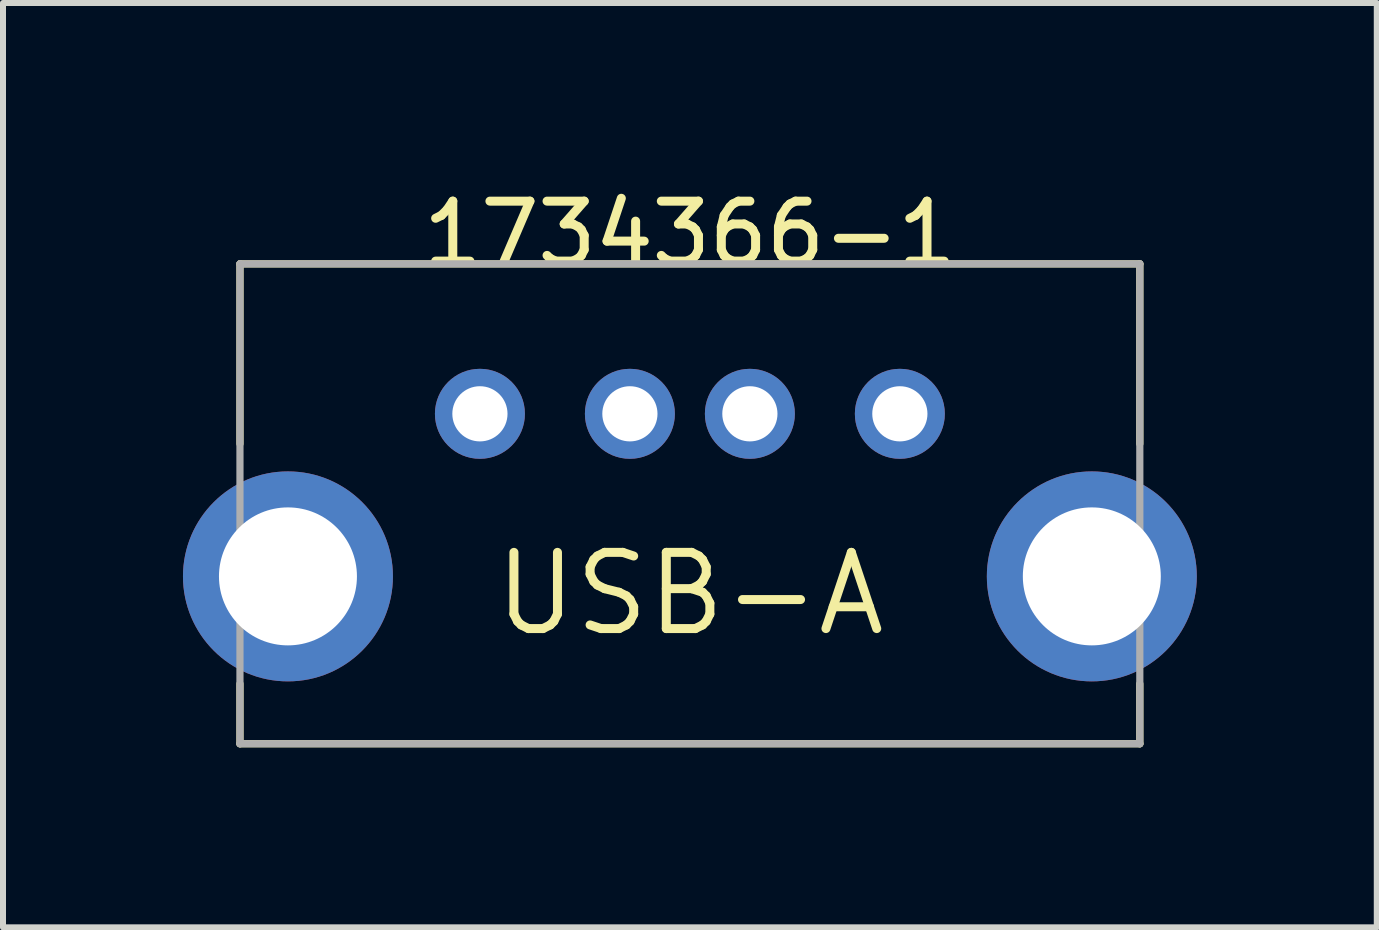
<source format=kicad_pcb>
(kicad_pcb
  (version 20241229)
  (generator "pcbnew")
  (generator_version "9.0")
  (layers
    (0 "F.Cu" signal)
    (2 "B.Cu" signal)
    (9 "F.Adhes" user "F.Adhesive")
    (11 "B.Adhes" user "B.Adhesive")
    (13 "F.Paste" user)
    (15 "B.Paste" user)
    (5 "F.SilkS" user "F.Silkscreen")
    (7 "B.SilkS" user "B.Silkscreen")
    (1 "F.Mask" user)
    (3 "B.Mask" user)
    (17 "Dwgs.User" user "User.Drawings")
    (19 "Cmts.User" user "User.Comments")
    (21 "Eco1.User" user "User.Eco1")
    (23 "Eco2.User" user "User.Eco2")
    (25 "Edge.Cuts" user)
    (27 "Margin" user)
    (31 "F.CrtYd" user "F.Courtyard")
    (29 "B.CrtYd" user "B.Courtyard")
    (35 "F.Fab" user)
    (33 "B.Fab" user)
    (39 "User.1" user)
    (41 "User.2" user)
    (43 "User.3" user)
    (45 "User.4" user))
  (footprint "1734366-1"
    (layer "F.Cu")
    (at 8.45 3.848)
    (property "Reference" "1734366-1" (at 0 -3 0) (layer "F.SilkS") (effects (font (size 1 1) (thickness 0.15))))
    (attr through_hole)
    (fp_line (start -7.5 -2.5) (end 7.5 -2.5) (stroke (width 0.12) (type solid)) (layer "F.SilkS"))
    (fp_line (start -7.5 0.5) (end -7.5 -2.5) (stroke (width 0.12) (type solid)) (layer "F.SilkS"))
    (fp_line (start -7.5 5.5) (end -7.5 4.5) (stroke (width 0.12) (type solid)) (layer "F.SilkS"))
    (fp_line (start 7.5 -2.5) (end 7.5 0.5) (stroke (width 0.12) (type solid)) (layer "F.SilkS"))
    (fp_line (start 7.5 4.5) (end 7.5 5.5) (stroke (width 0.12) (type solid)) (layer "F.SilkS"))
    (fp_line (start 7.5 5.5) (end -7.5 5.5) (stroke (width 0.12) (type solid)) (layer "F.SilkS"))
    (fp_line (start -7.5 -2.5) (end -7.5 5.5) (stroke (width 0.12) (type solid)) (layer "F.Fab"))
    (fp_line (start -7.5 5.5) (end 7.5 5.5) (stroke (width 0.12) (type solid)) (layer "F.Fab"))
    (fp_line (start 7.5 -2.5) (end -7.5 -2.5) (stroke (width 0.12) (type solid)) (layer "F.Fab"))
    (fp_line (start 7.5 5.5) (end 7.5 -2.5) (stroke (width 0.12) (type solid)) (layer "F.Fab"))
    (fp_text user "USB-A" (at 0 3 0) (layer "F.SilkS") (effects (font (size 1.27 1.27) (thickness 0.15))))
    (pad "1" thru_hole circle (at -3.5 0) (size 1.5 1.5) (drill 0.92) (layers "*.Cu" "*.Mask"))
    (pad "2" thru_hole circle (at -1 0) (size 1.5 1.5) (drill 0.92) (layers "*.Cu" "*.Mask"))
    (pad "3" thru_hole circle (at 1 0) (size 1.5 1.5) (drill 0.92) (layers "*.Cu" "*.Mask"))
    (pad "4" thru_hole circle (at 3.5 0) (size 1.5 1.5) (drill 0.92) (layers "*.Cu" "*.Mask"))
    (pad "5" thru_hole circle (at -6.7 2.71) (size 3.5 3.5) (drill 2.3) (layers "*.Cu" "*.Mask"))
    (pad "5" thru_hole circle (at 6.7 2.71) (size 3.5 3.5) (drill 2.3) (layers "*.Cu" "*.Mask")))
  (gr_rect
    (start -3 -3)
    (end 19.9 12.408)
    (stroke (width 0.1) (type default))
    (fill no)
    (layer "Edge.Cuts")))
</source>
